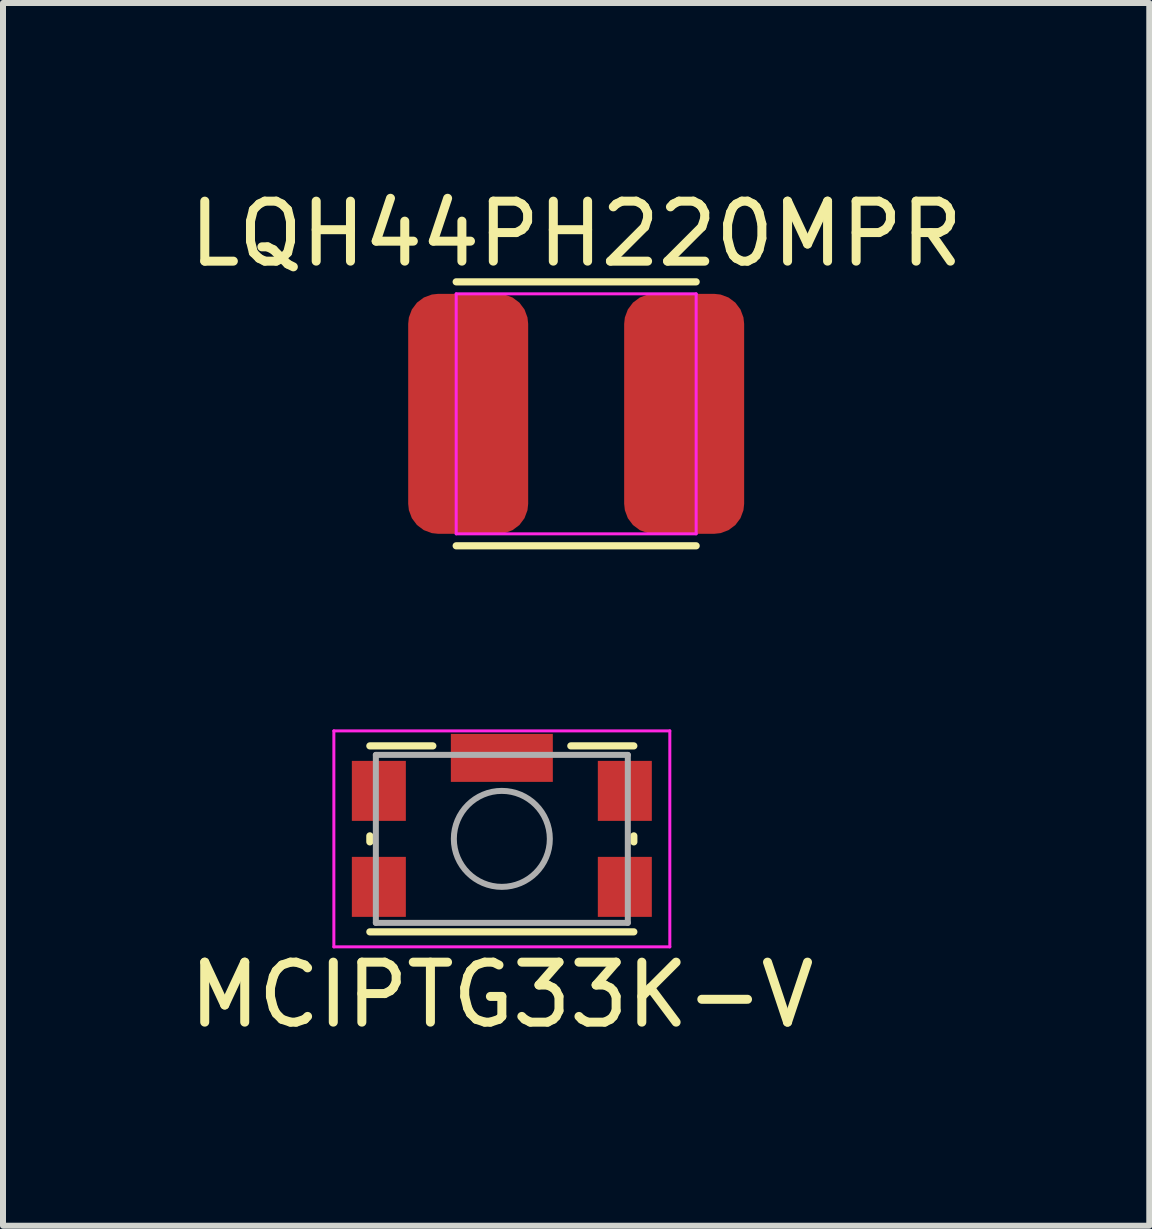
<source format=kicad_pcb>
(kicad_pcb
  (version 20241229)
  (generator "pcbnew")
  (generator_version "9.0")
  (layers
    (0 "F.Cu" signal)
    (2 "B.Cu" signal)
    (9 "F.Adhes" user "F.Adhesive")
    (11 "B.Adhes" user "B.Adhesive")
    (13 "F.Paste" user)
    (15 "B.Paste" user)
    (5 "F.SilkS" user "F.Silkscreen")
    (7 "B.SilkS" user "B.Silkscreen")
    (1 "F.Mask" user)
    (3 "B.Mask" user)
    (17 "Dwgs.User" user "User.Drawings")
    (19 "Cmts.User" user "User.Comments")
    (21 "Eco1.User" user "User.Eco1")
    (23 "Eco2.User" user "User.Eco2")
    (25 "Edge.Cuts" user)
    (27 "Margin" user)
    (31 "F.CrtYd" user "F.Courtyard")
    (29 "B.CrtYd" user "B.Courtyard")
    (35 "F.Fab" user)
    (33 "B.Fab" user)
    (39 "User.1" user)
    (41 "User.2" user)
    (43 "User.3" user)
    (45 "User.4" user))
  (footprint "MCIPTG33K-V"
    (layer "F.Cu")
    (at 5.315 10.933)
    (property "Reference" "MCIPTG33K-V" (at 0 2.6 0) (unlocked yes) (layer "F.SilkS") (effects (font (size 1 1) (thickness 0.15))))
    (attr smd)
    (fp_line (start -2.2 0.05) (end -2.2 -0.05) (stroke (width 0.12) (type solid)) (layer "F.SilkS"))
    (fp_line (start -2.2 1.55) (end 2.2 1.55) (stroke (width 0.12) (type solid)) (layer "F.SilkS"))
    (fp_line (start -1.15 -1.55) (end -2.2 -1.55) (stroke (width 0.12) (type solid)) (layer "F.SilkS"))
    (fp_line (start 2.2 -1.55) (end 1.15 -1.55) (stroke (width 0.12) (type solid)) (layer "F.SilkS"))
    (fp_line (start 2.2 0.05) (end 2.2 -0.05) (stroke (width 0.12) (type solid)) (layer "F.SilkS"))
    (fp_line (start -2.8 -1.8) (end 2.8 -1.8) (stroke (width 0.05) (type solid)) (layer "F.CrtYd"))
    (fp_line (start -2.8 1.8) (end -2.8 -1.8) (stroke (width 0.05) (type solid)) (layer "F.CrtYd"))
    (fp_line (start 2.8 -1.8) (end 2.8 1.8) (stroke (width 0.05) (type solid)) (layer "F.CrtYd"))
    (fp_line (start 2.8 1.8) (end -2.8 1.8) (stroke (width 0.05) (type solid)) (layer "F.CrtYd"))
    (fp_line (start -2.1 -1.4) (end 2.1 -1.4) (stroke (width 0.1) (type solid)) (layer "F.Fab"))
    (fp_line (start -2.1 1.4) (end -2.1 -1.4) (stroke (width 0.1) (type solid)) (layer "F.Fab"))
    (fp_line (start 2.1 -1.4) (end 2.1 1.4) (stroke (width 0.1) (type solid)) (layer "F.Fab"))
    (fp_line (start 2.1 1.4) (end -2.1 1.4) (stroke (width 0.1) (type solid)) (layer "F.Fab"))
    (fp_circle (center 0 0) (end 0 0.8) (stroke (width 0.1) (type solid)) (fill no) (layer "F.Fab"))
    (pad "" smd rect (at 0 -1.35) (size 1.7 0.8) (layers "F.Cu" "F.Mask" "F.Paste"))
    (pad "1" smd rect (at -2.05 -0.8) (size 0.9 1) (layers "F.Cu" "F.Mask" "F.Paste"))
    (pad "1" smd rect (at 2.05 -0.8) (size 0.9 1) (layers "F.Cu" "F.Mask" "F.Paste"))
    (pad "2" smd rect (at -2.05 0.8) (size 0.9 1) (layers "F.Cu" "F.Mask" "F.Paste"))
    (pad "2" smd rect (at 2.05 0.8) (size 0.9 1) (layers "F.Cu" "F.Mask" "F.Paste")))
  (footprint "LQH44PH220MPR"
    (layer "F.Cu")
    (at 6.554 3.848)
    (property "Reference" "LQH44PH220MPR" (at 0 -3 0) (unlocked yes) (layer "F.SilkS") (effects (font (size 1 1) (thickness 0.15))))
    (attr smd)
    (fp_line (start -2 -2.2) (end 2 -2.2) (stroke (width 0.12) (type solid)) (layer "F.SilkS"))
    (fp_line (start -2 2.2) (end 2 2.2) (stroke (width 0.12) (type solid)) (layer "F.SilkS"))
    (fp_line (start -2 -2) (end -2 2) (stroke (width 0.05) (type solid)) (layer "F.CrtYd"))
    (fp_line (start -2 -2) (end 2 -2) (stroke (width 0.05) (type solid)) (layer "F.CrtYd"))
    (fp_line (start -2 2) (end 2 2) (stroke (width 0.05) (type solid)) (layer "F.CrtYd"))
    (fp_line (start 2 2) (end 2 -2) (stroke (width 0.05) (type solid)) (layer "F.CrtYd"))
    (pad "1" smd roundrect (at -1.8 0) (size 2 4) (layers "F.Cu" "F.Mask" "F.Paste") (roundrect_rratio 0.25))
    (pad "2" smd roundrect (at 1.8 0) (size 2 4) (layers "F.Cu" "F.Mask" "F.Paste") (roundrect_rratio 0.25)))
  (gr_rect
    (start -3 -3)
    (end 16.107 17.381)
    (stroke (width 0.1) (type default))
    (fill no)
    (layer "Edge.Cuts")))
</source>
